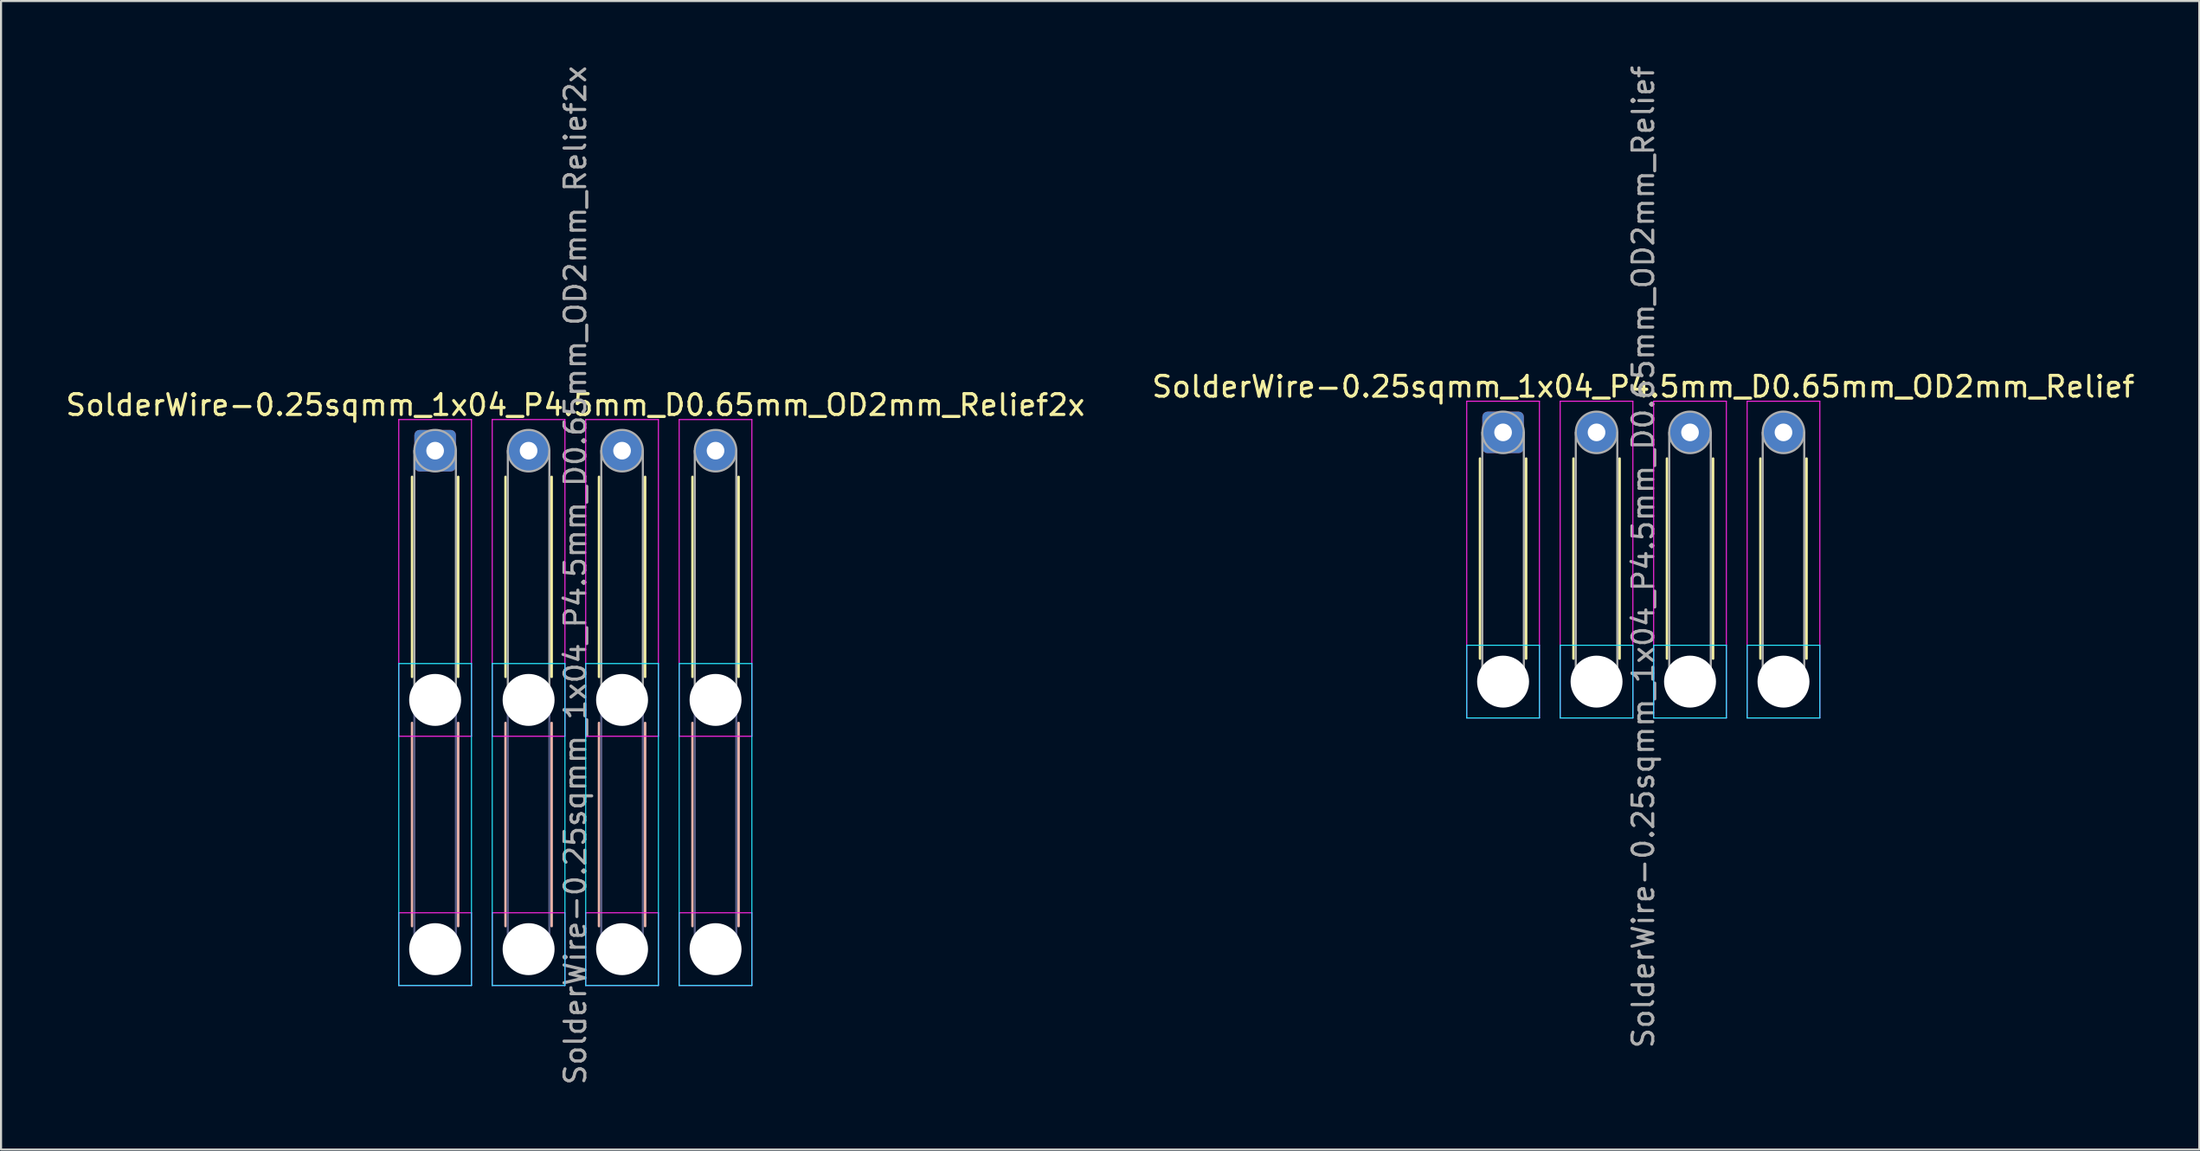
<source format=kicad_pcb>
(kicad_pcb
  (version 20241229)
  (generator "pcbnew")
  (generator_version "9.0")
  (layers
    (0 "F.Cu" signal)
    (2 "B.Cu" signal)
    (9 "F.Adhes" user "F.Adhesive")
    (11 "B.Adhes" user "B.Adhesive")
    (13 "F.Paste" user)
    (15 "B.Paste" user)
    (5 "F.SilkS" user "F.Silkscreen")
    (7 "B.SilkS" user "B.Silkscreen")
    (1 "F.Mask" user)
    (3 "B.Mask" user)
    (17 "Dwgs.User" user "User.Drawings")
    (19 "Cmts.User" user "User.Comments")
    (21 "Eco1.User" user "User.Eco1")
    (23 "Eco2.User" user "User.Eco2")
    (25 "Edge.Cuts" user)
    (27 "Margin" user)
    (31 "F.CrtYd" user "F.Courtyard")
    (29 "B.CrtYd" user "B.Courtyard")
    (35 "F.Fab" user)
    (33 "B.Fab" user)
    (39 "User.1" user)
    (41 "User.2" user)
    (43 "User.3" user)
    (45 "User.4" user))
  (footprint "SolderWire-0.25sqmm_1x04_P4.5mm_D0.65mm_OD2mm_Relief"
    (layer "F.Cu")
    (at 69.315 17.768)
    (property "Reference" "SolderWire-0.25sqmm_1x04_P4.5mm_D0.65mm_OD2mm_Relief" (at 6.75 -2.2 0) (layer "F.SilkS") (effects (font (size 1 1) (thickness 0.15))))
    (attr exclude_from_pos_files exclude_from_bom)
    (fp_line (start -1.11 1.26) (end -1.11 10.89) (stroke (width 0.12) (type solid)) (layer "F.SilkS"))
    (fp_line (start 1.11 1.26) (end 1.11 10.89) (stroke (width 0.12) (type solid)) (layer "F.SilkS"))
    (fp_line (start 3.39 1.26) (end 3.39 10.89) (stroke (width 0.12) (type solid)) (layer "F.SilkS"))
    (fp_line (start 5.61 1.26) (end 5.61 10.89) (stroke (width 0.12) (type solid)) (layer "F.SilkS"))
    (fp_line (start 7.89 1.26) (end 7.89 10.89) (stroke (width 0.12) (type solid)) (layer "F.SilkS"))
    (fp_line (start 10.11 1.26) (end 10.11 10.89) (stroke (width 0.12) (type solid)) (layer "F.SilkS"))
    (fp_line (start 12.39 1.26) (end 12.39 10.89) (stroke (width 0.12) (type solid)) (layer "F.SilkS"))
    (fp_line (start 14.61 1.26) (end 14.61 10.89) (stroke (width 0.12) (type solid)) (layer "F.SilkS"))
    (fp_line (start -1.75 10.25) (end -1.75 13.75) (stroke (width 0.05) (type solid)) (layer "B.CrtYd"))
    (fp_line (start -1.75 13.75) (end 1.75 13.75) (stroke (width 0.05) (type solid)) (layer "B.CrtYd"))
    (fp_line (start 1.75 10.25) (end -1.75 10.25) (stroke (width 0.05) (type solid)) (layer "B.CrtYd"))
    (fp_line (start 1.75 13.75) (end 1.75 10.25) (stroke (width 0.05) (type solid)) (layer "B.CrtYd"))
    (fp_line (start 2.75 10.25) (end 2.75 13.75) (stroke (width 0.05) (type solid)) (layer "B.CrtYd"))
    (fp_line (start 2.75 13.75) (end 6.25 13.75) (stroke (width 0.05) (type solid)) (layer "B.CrtYd"))
    (fp_line (start 6.25 10.25) (end 2.75 10.25) (stroke (width 0.05) (type solid)) (layer "B.CrtYd"))
    (fp_line (start 6.25 13.75) (end 6.25 10.25) (stroke (width 0.05) (type solid)) (layer "B.CrtYd"))
    (fp_line (start 7.25 10.25) (end 7.25 13.75) (stroke (width 0.05) (type solid)) (layer "B.CrtYd"))
    (fp_line (start 7.25 13.75) (end 10.75 13.75) (stroke (width 0.05) (type solid)) (layer "B.CrtYd"))
    (fp_line (start 10.75 10.25) (end 7.25 10.25) (stroke (width 0.05) (type solid)) (layer "B.CrtYd"))
    (fp_line (start 10.75 13.75) (end 10.75 10.25) (stroke (width 0.05) (type solid)) (layer "B.CrtYd"))
    (fp_line (start 11.75 10.25) (end 11.75 13.75) (stroke (width 0.05) (type solid)) (layer "B.CrtYd"))
    (fp_line (start 11.75 13.75) (end 15.25 13.75) (stroke (width 0.05) (type solid)) (layer "B.CrtYd"))
    (fp_line (start 15.25 10.25) (end 11.75 10.25) (stroke (width 0.05) (type solid)) (layer "B.CrtYd"))
    (fp_line (start 15.25 13.75) (end 15.25 10.25) (stroke (width 0.05) (type solid)) (layer "B.CrtYd"))
    (fp_line (start -1.75 -1.5) (end -1.75 13.75) (stroke (width 0.05) (type solid)) (layer "F.CrtYd"))
    (fp_line (start -1.75 13.75) (end 1.75 13.75) (stroke (width 0.05) (type solid)) (layer "F.CrtYd"))
    (fp_line (start 1.75 -1.5) (end -1.75 -1.5) (stroke (width 0.05) (type solid)) (layer "F.CrtYd"))
    (fp_line (start 1.75 13.75) (end 1.75 -1.5) (stroke (width 0.05) (type solid)) (layer "F.CrtYd"))
    (fp_line (start 2.75 -1.5) (end 2.75 13.75) (stroke (width 0.05) (type solid)) (layer "F.CrtYd"))
    (fp_line (start 2.75 13.75) (end 6.25 13.75) (stroke (width 0.05) (type solid)) (layer "F.CrtYd"))
    (fp_line (start 6.25 -1.5) (end 2.75 -1.5) (stroke (width 0.05) (type solid)) (layer "F.CrtYd"))
    (fp_line (start 6.25 13.75) (end 6.25 -1.5) (stroke (width 0.05) (type solid)) (layer "F.CrtYd"))
    (fp_line (start 7.25 -1.5) (end 7.25 13.75) (stroke (width 0.05) (type solid)) (layer "F.CrtYd"))
    (fp_line (start 7.25 13.75) (end 10.75 13.75) (stroke (width 0.05) (type solid)) (layer "F.CrtYd"))
    (fp_line (start 10.75 -1.5) (end 7.25 -1.5) (stroke (width 0.05) (type solid)) (layer "F.CrtYd"))
    (fp_line (start 10.75 13.75) (end 10.75 -1.5) (stroke (width 0.05) (type solid)) (layer "F.CrtYd"))
    (fp_line (start 11.75 -1.5) (end 11.75 13.75) (stroke (width 0.05) (type solid)) (layer "F.CrtYd"))
    (fp_line (start 11.75 13.75) (end 15.25 13.75) (stroke (width 0.05) (type solid)) (layer "F.CrtYd"))
    (fp_line (start 15.25 -1.5) (end 11.75 -1.5) (stroke (width 0.05) (type solid)) (layer "F.CrtYd"))
    (fp_line (start 15.25 13.75) (end 15.25 -1.5) (stroke (width 0.05) (type solid)) (layer "F.CrtYd"))
    (fp_line (start -1 0) (end -1 12) (stroke (width 0.1) (type solid)) (layer "F.Fab"))
    (fp_line (start 1 0) (end 1 12) (stroke (width 0.1) (type solid)) (layer "F.Fab"))
    (fp_line (start 3.5 0) (end 3.5 12) (stroke (width 0.1) (type solid)) (layer "F.Fab"))
    (fp_line (start 5.5 0) (end 5.5 12) (stroke (width 0.1) (type solid)) (layer "F.Fab"))
    (fp_line (start 8 0) (end 8 12) (stroke (width 0.1) (type solid)) (layer "F.Fab"))
    (fp_line (start 10 0) (end 10 12) (stroke (width 0.1) (type solid)) (layer "F.Fab"))
    (fp_line (start 12.5 0) (end 12.5 12) (stroke (width 0.1) (type solid)) (layer "F.Fab"))
    (fp_line (start 14.5 0) (end 14.5 12) (stroke (width 0.1) (type solid)) (layer "F.Fab"))
    (fp_circle (center 0 0) (end 1 0) (stroke (width 0.1) (type solid)) (fill no) (layer "F.Fab"))
    (fp_circle (center 0 12) (end 1 12) (stroke (width 0.1) (type solid)) (fill no) (layer "F.Fab"))
    (fp_circle (center 4.5 0) (end 5.5 0) (stroke (width 0.1) (type solid)) (fill no) (layer "F.Fab"))
    (fp_circle (center 4.5 12) (end 5.5 12) (stroke (width 0.1) (type solid)) (fill no) (layer "F.Fab"))
    (fp_circle (center 9 0) (end 10 0) (stroke (width 0.1) (type solid)) (fill no) (layer "F.Fab"))
    (fp_circle (center 9 12) (end 10 12) (stroke (width 0.1) (type solid)) (fill no) (layer "F.Fab"))
    (fp_circle (center 13.5 0) (end 14.5 0) (stroke (width 0.1) (type solid)) (fill no) (layer "F.Fab"))
    (fp_circle (center 13.5 12) (end 14.5 12) (stroke (width 0.1) (type solid)) (fill no) (layer "F.Fab"))
    (fp_text user "${REFERENCE}" (at 6.75 6 90) (layer "F.Fab") (effects (font (size 1 1) (thickness 0.15))))
    (pad "" np_thru_hole circle (at 0 12) (size 2.5 2.5) (drill 2.5) (layers "*.Cu" "*.Mask"))
    (pad "" np_thru_hole circle (at 4.5 12) (size 2.5 2.5) (drill 2.5) (layers "*.Cu" "*.Mask"))
    (pad "" np_thru_hole circle (at 9 12) (size 2.5 2.5) (drill 2.5) (layers "*.Cu" "*.Mask"))
    (pad "" np_thru_hole circle (at 13.5 12) (size 2.5 2.5) (drill 2.5) (layers "*.Cu" "*.Mask"))
    (pad "1" thru_hole roundrect (at 0 0) (size 2 2) (drill 0.85) (layers "*.Cu" "*.Mask") (roundrect_rratio 0.125))
    (pad "2" thru_hole circle (at 4.5 0) (size 2 2) (drill 0.85) (layers "*.Cu" "*.Mask"))
    (pad "3" thru_hole circle (at 9 0) (size 2 2) (drill 0.85) (layers "*.Cu" "*.Mask"))
    (pad "4" thru_hole circle (at 13.5 0) (size 2 2) (drill 0.85) (layers "*.Cu" "*.Mask")))
  (footprint "SolderWire-0.25sqmm_1x04_P4.5mm_D0.65mm_OD2mm_Relief2x"
    (layer "F.Cu")
    (at 17.899 18.649)
    (property "Reference" "SolderWire-0.25sqmm_1x04_P4.5mm_D0.65mm_OD2mm_Relief2x" (at 6.75 -2.2 0) (layer "F.SilkS") (effects (font (size 1 1) (thickness 0.15))))
    (attr exclude_from_pos_files exclude_from_bom)
    (fp_line (start -1.11 1.26) (end -1.11 10.89) (stroke (width 0.12) (type solid)) (layer "F.SilkS"))
    (fp_line (start 1.11 1.26) (end 1.11 10.89) (stroke (width 0.12) (type solid)) (layer "F.SilkS"))
    (fp_line (start 3.39 1.26) (end 3.39 10.89) (stroke (width 0.12) (type solid)) (layer "F.SilkS"))
    (fp_line (start 5.61 1.26) (end 5.61 10.89) (stroke (width 0.12) (type solid)) (layer "F.SilkS"))
    (fp_line (start 7.89 1.26) (end 7.89 10.89) (stroke (width 0.12) (type solid)) (layer "F.SilkS"))
    (fp_line (start 10.11 1.26) (end 10.11 10.89) (stroke (width 0.12) (type solid)) (layer "F.SilkS"))
    (fp_line (start 12.39 1.26) (end 12.39 10.89) (stroke (width 0.12) (type solid)) (layer "F.SilkS"))
    (fp_line (start 14.61 1.26) (end 14.61 10.89) (stroke (width 0.12) (type solid)) (layer "F.SilkS"))
    (fp_line (start -1.11 13.11) (end -1.11 22.89) (stroke (width 0.12) (type solid)) (layer "B.SilkS"))
    (fp_line (start 1.11 13.11) (end 1.11 22.89) (stroke (width 0.12) (type solid)) (layer "B.SilkS"))
    (fp_line (start 3.39 13.11) (end 3.39 22.89) (stroke (width 0.12) (type solid)) (layer "B.SilkS"))
    (fp_line (start 5.61 13.11) (end 5.61 22.89) (stroke (width 0.12) (type solid)) (layer "B.SilkS"))
    (fp_line (start 7.89 13.11) (end 7.89 22.89) (stroke (width 0.12) (type solid)) (layer "B.SilkS"))
    (fp_line (start 10.11 13.11) (end 10.11 22.89) (stroke (width 0.12) (type solid)) (layer "B.SilkS"))
    (fp_line (start 12.39 13.11) (end 12.39 22.89) (stroke (width 0.12) (type solid)) (layer "B.SilkS"))
    (fp_line (start 14.61 13.11) (end 14.61 22.89) (stroke (width 0.12) (type solid)) (layer "B.SilkS"))
    (fp_line (start -1.75 10.25) (end -1.75 25.75) (stroke (width 0.05) (type solid)) (layer "B.CrtYd"))
    (fp_line (start -1.75 25.75) (end 1.75 25.75) (stroke (width 0.05) (type solid)) (layer "B.CrtYd"))
    (fp_line (start 1.75 10.25) (end -1.75 10.25) (stroke (width 0.05) (type solid)) (layer "B.CrtYd"))
    (fp_line (start 1.75 25.75) (end 1.75 10.25) (stroke (width 0.05) (type solid)) (layer "B.CrtYd"))
    (fp_line (start 2.75 10.25) (end 2.75 25.75) (stroke (width 0.05) (type solid)) (layer "B.CrtYd"))
    (fp_line (start 2.75 25.75) (end 6.25 25.75) (stroke (width 0.05) (type solid)) (layer "B.CrtYd"))
    (fp_line (start 6.25 10.25) (end 2.75 10.25) (stroke (width 0.05) (type solid)) (layer "B.CrtYd"))
    (fp_line (start 6.25 25.75) (end 6.25 10.25) (stroke (width 0.05) (type solid)) (layer "B.CrtYd"))
    (fp_line (start 7.25 10.25) (end 7.25 25.75) (stroke (width 0.05) (type solid)) (layer "B.CrtYd"))
    (fp_line (start 7.25 25.75) (end 10.75 25.75) (stroke (width 0.05) (type solid)) (layer "B.CrtYd"))
    (fp_line (start 10.75 10.25) (end 7.25 10.25) (stroke (width 0.05) (type solid)) (layer "B.CrtYd"))
    (fp_line (start 10.75 25.75) (end 10.75 10.25) (stroke (width 0.05) (type solid)) (layer "B.CrtYd"))
    (fp_line (start 11.75 10.25) (end 11.75 25.75) (stroke (width 0.05) (type solid)) (layer "B.CrtYd"))
    (fp_line (start 11.75 25.75) (end 15.25 25.75) (stroke (width 0.05) (type solid)) (layer "B.CrtYd"))
    (fp_line (start 15.25 10.25) (end 11.75 10.25) (stroke (width 0.05) (type solid)) (layer "B.CrtYd"))
    (fp_line (start 15.25 25.75) (end 15.25 10.25) (stroke (width 0.05) (type solid)) (layer "B.CrtYd"))
    (fp_line (start -1.75 -1.5) (end -1.75 13.75) (stroke (width 0.05) (type solid)) (layer "F.CrtYd"))
    (fp_line (start -1.75 13.75) (end 1.75 13.75) (stroke (width 0.05) (type solid)) (layer "F.CrtYd"))
    (fp_line (start -1.75 22.25) (end -1.75 25.75) (stroke (width 0.05) (type solid)) (layer "F.CrtYd"))
    (fp_line (start -1.75 25.75) (end 1.75 25.75) (stroke (width 0.05) (type solid)) (layer "F.CrtYd"))
    (fp_line (start 1.75 -1.5) (end -1.75 -1.5) (stroke (width 0.05) (type solid)) (layer "F.CrtYd"))
    (fp_line (start 1.75 13.75) (end 1.75 -1.5) (stroke (width 0.05) (type solid)) (layer "F.CrtYd"))
    (fp_line (start 1.75 22.25) (end -1.75 22.25) (stroke (width 0.05) (type solid)) (layer "F.CrtYd"))
    (fp_line (start 1.75 25.75) (end 1.75 22.25) (stroke (width 0.05) (type solid)) (layer "F.CrtYd"))
    (fp_line (start 2.75 -1.5) (end 2.75 13.75) (stroke (width 0.05) (type solid)) (layer "F.CrtYd"))
    (fp_line (start 2.75 13.75) (end 6.25 13.75) (stroke (width 0.05) (type solid)) (layer "F.CrtYd"))
    (fp_line (start 2.75 22.25) (end 2.75 25.75) (stroke (width 0.05) (type solid)) (layer "F.CrtYd"))
    (fp_line (start 2.75 25.75) (end 6.25 25.75) (stroke (width 0.05) (type solid)) (layer "F.CrtYd"))
    (fp_line (start 6.25 -1.5) (end 2.75 -1.5) (stroke (width 0.05) (type solid)) (layer "F.CrtYd"))
    (fp_line (start 6.25 13.75) (end 6.25 -1.5) (stroke (width 0.05) (type solid)) (layer "F.CrtYd"))
    (fp_line (start 6.25 22.25) (end 2.75 22.25) (stroke (width 0.05) (type solid)) (layer "F.CrtYd"))
    (fp_line (start 6.25 25.75) (end 6.25 22.25) (stroke (width 0.05) (type solid)) (layer "F.CrtYd"))
    (fp_line (start 7.25 -1.5) (end 7.25 13.75) (stroke (width 0.05) (type solid)) (layer "F.CrtYd"))
    (fp_line (start 7.25 13.75) (end 10.75 13.75) (stroke (width 0.05) (type solid)) (layer "F.CrtYd"))
    (fp_line (start 7.25 22.25) (end 7.25 25.75) (stroke (width 0.05) (type solid)) (layer "F.CrtYd"))
    (fp_line (start 7.25 25.75) (end 10.75 25.75) (stroke (width 0.05) (type solid)) (layer "F.CrtYd"))
    (fp_line (start 10.75 -1.5) (end 7.25 -1.5) (stroke (width 0.05) (type solid)) (layer "F.CrtYd"))
    (fp_line (start 10.75 13.75) (end 10.75 -1.5) (stroke (width 0.05) (type solid)) (layer "F.CrtYd"))
    (fp_line (start 10.75 22.25) (end 7.25 22.25) (stroke (width 0.05) (type solid)) (layer "F.CrtYd"))
    (fp_line (start 10.75 25.75) (end 10.75 22.25) (stroke (width 0.05) (type solid)) (layer "F.CrtYd"))
    (fp_line (start 11.75 -1.5) (end 11.75 13.75) (stroke (width 0.05) (type solid)) (layer "F.CrtYd"))
    (fp_line (start 11.75 13.75) (end 15.25 13.75) (stroke (width 0.05) (type solid)) (layer "F.CrtYd"))
    (fp_line (start 11.75 22.25) (end 11.75 25.75) (stroke (width 0.05) (type solid)) (layer "F.CrtYd"))
    (fp_line (start 11.75 25.75) (end 15.25 25.75) (stroke (width 0.05) (type solid)) (layer "F.CrtYd"))
    (fp_line (start 15.25 -1.5) (end 11.75 -1.5) (stroke (width 0.05) (type solid)) (layer "F.CrtYd"))
    (fp_line (start 15.25 13.75) (end 15.25 -1.5) (stroke (width 0.05) (type solid)) (layer "F.CrtYd"))
    (fp_line (start 15.25 22.25) (end 11.75 22.25) (stroke (width 0.05) (type solid)) (layer "F.CrtYd"))
    (fp_line (start 15.25 25.75) (end 15.25 22.25) (stroke (width 0.05) (type solid)) (layer "F.CrtYd"))
    (fp_line (start -1 12) (end -1 24) (stroke (width 0.1) (type solid)) (layer "B.Fab"))
    (fp_line (start 1 12) (end 1 24) (stroke (width 0.1) (type solid)) (layer "B.Fab"))
    (fp_line (start 3.5 12) (end 3.5 24) (stroke (width 0.1) (type solid)) (layer "B.Fab"))
    (fp_line (start 5.5 12) (end 5.5 24) (stroke (width 0.1) (type solid)) (layer "B.Fab"))
    (fp_line (start 8 12) (end 8 24) (stroke (width 0.1) (type solid)) (layer "B.Fab"))
    (fp_line (start 10 12) (end 10 24) (stroke (width 0.1) (type solid)) (layer "B.Fab"))
    (fp_line (start 12.5 12) (end 12.5 24) (stroke (width 0.1) (type solid)) (layer "B.Fab"))
    (fp_line (start 14.5 12) (end 14.5 24) (stroke (width 0.1) (type solid)) (layer "B.Fab"))
    (fp_circle (center 0 12) (end 1 12) (stroke (width 0.1) (type solid)) (fill no) (layer "B.Fab"))
    (fp_circle (center 0 24) (end 1 24) (stroke (width 0.1) (type solid)) (fill no) (layer "B.Fab"))
    (fp_circle (center 4.5 12) (end 5.5 12) (stroke (width 0.1) (type solid)) (fill no) (layer "B.Fab"))
    (fp_circle (center 4.5 24) (end 5.5 24) (stroke (width 0.1) (type solid)) (fill no) (layer "B.Fab"))
    (fp_circle (center 9 12) (end 10 12) (stroke (width 0.1) (type solid)) (fill no) (layer "B.Fab"))
    (fp_circle (center 9 24) (end 10 24) (stroke (width 0.1) (type solid)) (fill no) (layer "B.Fab"))
    (fp_circle (center 13.5 12) (end 14.5 12) (stroke (width 0.1) (type solid)) (fill no) (layer "B.Fab"))
    (fp_circle (center 13.5 24) (end 14.5 24) (stroke (width 0.1) (type solid)) (fill no) (layer "B.Fab"))
    (fp_line (start -1 0) (end -1 12) (stroke (width 0.1) (type solid)) (layer "F.Fab"))
    (fp_line (start 1 0) (end 1 12) (stroke (width 0.1) (type solid)) (layer "F.Fab"))
    (fp_line (start 3.5 0) (end 3.5 12) (stroke (width 0.1) (type solid)) (layer "F.Fab"))
    (fp_line (start 5.5 0) (end 5.5 12) (stroke (width 0.1) (type solid)) (layer "F.Fab"))
    (fp_line (start 8 0) (end 8 12) (stroke (width 0.1) (type solid)) (layer "F.Fab"))
    (fp_line (start 10 0) (end 10 12) (stroke (width 0.1) (type solid)) (layer "F.Fab"))
    (fp_line (start 12.5 0) (end 12.5 12) (stroke (width 0.1) (type solid)) (layer "F.Fab"))
    (fp_line (start 14.5 0) (end 14.5 12) (stroke (width 0.1) (type solid)) (layer "F.Fab"))
    (fp_circle (center 0 0) (end 1 0) (stroke (width 0.1) (type solid)) (fill no) (layer "F.Fab"))
    (fp_circle (center 0 12) (end 1 12) (stroke (width 0.1) (type solid)) (fill no) (layer "F.Fab"))
    (fp_circle (center 0 24) (end 1 24) (stroke (width 0.1) (type solid)) (fill no) (layer "F.Fab"))
    (fp_circle (center 4.5 0) (end 5.5 0) (stroke (width 0.1) (type solid)) (fill no) (layer "F.Fab"))
    (fp_circle (center 4.5 12) (end 5.5 12) (stroke (width 0.1) (type solid)) (fill no) (layer "F.Fab"))
    (fp_circle (center 4.5 24) (end 5.5 24) (stroke (width 0.1) (type solid)) (fill no) (layer "F.Fab"))
    (fp_circle (center 9 0) (end 10 0) (stroke (width 0.1) (type solid)) (fill no) (layer "F.Fab"))
    (fp_circle (center 9 12) (end 10 12) (stroke (width 0.1) (type solid)) (fill no) (layer "F.Fab"))
    (fp_circle (center 9 24) (end 10 24) (stroke (width 0.1) (type solid)) (fill no) (layer "F.Fab"))
    (fp_circle (center 13.5 0) (end 14.5 0) (stroke (width 0.1) (type solid)) (fill no) (layer "F.Fab"))
    (fp_circle (center 13.5 12) (end 14.5 12) (stroke (width 0.1) (type solid)) (fill no) (layer "F.Fab"))
    (fp_circle (center 13.5 24) (end 14.5 24) (stroke (width 0.1) (type solid)) (fill no) (layer "F.Fab"))
    (fp_text user "${REFERENCE}" (at 6.75 6 90) (layer "F.Fab") (effects (font (size 1 1) (thickness 0.15))))
    (pad "" np_thru_hole circle (at 0 12) (size 2.5 2.5) (drill 2.5) (layers "*.Cu" "*.Mask"))
    (pad "" np_thru_hole circle (at 0 24) (size 2.5 2.5) (drill 2.5) (layers "*.Cu" "*.Mask"))
    (pad "" np_thru_hole circle (at 4.5 12) (size 2.5 2.5) (drill 2.5) (layers "*.Cu" "*.Mask"))
    (pad "" np_thru_hole circle (at 4.5 24) (size 2.5 2.5) (drill 2.5) (layers "*.Cu" "*.Mask"))
    (pad "" np_thru_hole circle (at 9 12) (size 2.5 2.5) (drill 2.5) (layers "*.Cu" "*.Mask"))
    (pad "" np_thru_hole circle (at 9 24) (size 2.5 2.5) (drill 2.5) (layers "*.Cu" "*.Mask"))
    (pad "" np_thru_hole circle (at 13.5 12) (size 2.5 2.5) (drill 2.5) (layers "*.Cu" "*.Mask"))
    (pad "" np_thru_hole circle (at 13.5 24) (size 2.5 2.5) (drill 2.5) (layers "*.Cu" "*.Mask"))
    (pad "1" thru_hole roundrect (at 0 0) (size 2 2) (drill 0.85) (layers "*.Cu" "*.Mask") (roundrect_rratio 0.125))
    (pad "2" thru_hole circle (at 4.5 0) (size 2 2) (drill 0.85) (layers "*.Cu" "*.Mask"))
    (pad "3" thru_hole circle (at 9 0) (size 2 2) (drill 0.85) (layers "*.Cu" "*.Mask"))
    (pad "4" thru_hole circle (at 13.5 0) (size 2 2) (drill 0.85) (layers "*.Cu" "*.Mask")))
  (gr_rect
    (start -3 -3)
    (end 102.833 52.298)
    (stroke (width 0.1) (type default))
    (fill no)
    (layer "Edge.Cuts")))
</source>
